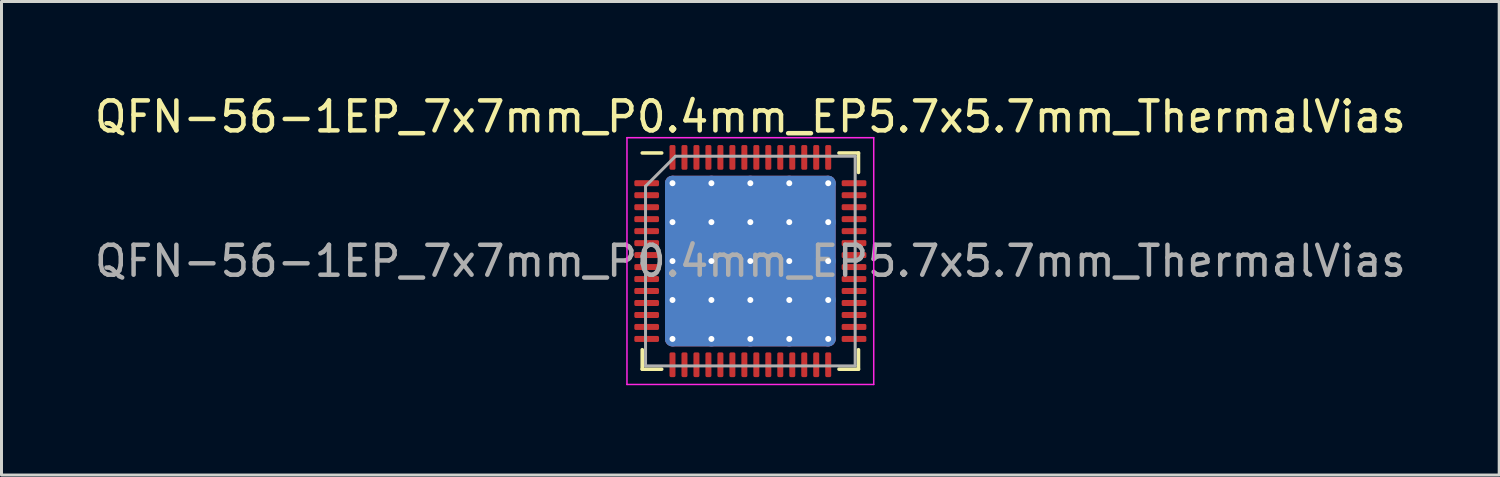
<source format=kicad_pcb>
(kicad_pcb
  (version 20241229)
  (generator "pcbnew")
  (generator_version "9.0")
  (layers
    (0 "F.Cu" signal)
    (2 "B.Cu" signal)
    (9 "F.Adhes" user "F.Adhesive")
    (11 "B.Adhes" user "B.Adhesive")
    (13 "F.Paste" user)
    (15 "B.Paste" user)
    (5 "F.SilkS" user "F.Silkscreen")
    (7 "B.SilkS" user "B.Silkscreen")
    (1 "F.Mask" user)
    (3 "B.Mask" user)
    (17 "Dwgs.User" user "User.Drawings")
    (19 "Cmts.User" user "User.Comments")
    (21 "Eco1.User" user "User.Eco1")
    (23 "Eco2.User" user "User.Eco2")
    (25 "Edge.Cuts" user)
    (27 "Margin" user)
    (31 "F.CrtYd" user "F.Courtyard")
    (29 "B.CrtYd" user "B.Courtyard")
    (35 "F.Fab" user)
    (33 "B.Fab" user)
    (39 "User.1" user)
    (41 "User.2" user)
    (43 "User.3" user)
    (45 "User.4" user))
  (footprint "QFN-56-1EP_7x7mm_P0.4mm_EP5.7x5.7mm_ThermalVias"
    (layer "F.Cu")
    (at 22.006 5.668)
    (property "Reference" "QFN-56-1EP_7x7mm_P0.4mm_EP5.7x5.7mm_ThermalVias" (at 0 -4.82 0) (layer "F.SilkS") (effects (font (size 1 1) (thickness 0.15))))
    (attr smd)
    (fp_line (start -3.61 3.61) (end -3.61 2.96) (stroke (width 0.12) (type solid)) (layer "F.SilkS"))
    (fp_line (start -2.96 -3.61) (end -3.61 -3.61) (stroke (width 0.12) (type solid)) (layer "F.SilkS"))
    (fp_line (start -2.96 3.61) (end -3.61 3.61) (stroke (width 0.12) (type solid)) (layer "F.SilkS"))
    (fp_line (start 2.96 -3.61) (end 3.61 -3.61) (stroke (width 0.12) (type solid)) (layer "F.SilkS"))
    (fp_line (start 2.96 3.61) (end 3.61 3.61) (stroke (width 0.12) (type solid)) (layer "F.SilkS"))
    (fp_line (start 3.61 -3.61) (end 3.61 -2.96) (stroke (width 0.12) (type solid)) (layer "F.SilkS"))
    (fp_line (start 3.61 3.61) (end 3.61 2.96) (stroke (width 0.12) (type solid)) (layer "F.SilkS"))
    (fp_line (start -4.12 -4.12) (end -4.12 4.12) (stroke (width 0.05) (type solid)) (layer "F.CrtYd"))
    (fp_line (start -4.12 4.12) (end 4.12 4.12) (stroke (width 0.05) (type solid)) (layer "F.CrtYd"))
    (fp_line (start 4.12 -4.12) (end -4.12 -4.12) (stroke (width 0.05) (type solid)) (layer "F.CrtYd"))
    (fp_line (start 4.12 4.12) (end 4.12 -4.12) (stroke (width 0.05) (type solid)) (layer "F.CrtYd"))
    (fp_line (start -3.5 -2.5) (end -2.5 -3.5) (stroke (width 0.1) (type solid)) (layer "F.Fab"))
    (fp_line (start -3.5 3.5) (end -3.5 -2.5) (stroke (width 0.1) (type solid)) (layer "F.Fab"))
    (fp_line (start -2.5 -3.5) (end 3.5 -3.5) (stroke (width 0.1) (type solid)) (layer "F.Fab"))
    (fp_line (start 3.5 -3.5) (end 3.5 3.5) (stroke (width 0.1) (type solid)) (layer "F.Fab"))
    (fp_line (start 3.5 3.5) (end -3.5 3.5) (stroke (width 0.1) (type solid)) (layer "F.Fab"))
    (fp_text user "${REFERENCE}" (at 0 0 0) (layer "F.Fab") (effects (font (size 1 1) (thickness 0.15))))
    (pad "" smd roundrect (at -1.95 -1.95) (size 1.104 1.104) (layers "F.Paste") (roundrect_rratio 0.226))
    (pad "" smd roundrect (at -1.95 -0.65) (size 1.104 1.104) (layers "F.Paste") (roundrect_rratio 0.226))
    (pad "" smd roundrect (at -1.95 0.65) (size 1.104 1.104) (layers "F.Paste") (roundrect_rratio 0.226))
    (pad "" smd roundrect (at -1.95 1.95) (size 1.104 1.104) (layers "F.Paste") (roundrect_rratio 0.226))
    (pad "" smd roundrect (at -0.65 -1.95) (size 1.104 1.104) (layers "F.Paste") (roundrect_rratio 0.226))
    (pad "" smd roundrect (at -0.65 -0.65) (size 1.104 1.104) (layers "F.Paste") (roundrect_rratio 0.226))
    (pad "" smd roundrect (at -0.65 0.65) (size 1.104 1.104) (layers "F.Paste") (roundrect_rratio 0.226))
    (pad "" smd roundrect (at -0.65 1.95) (size 1.104 1.104) (layers "F.Paste") (roundrect_rratio 0.226))
    (pad "" smd roundrect (at 0.65 -1.95) (size 1.104 1.104) (layers "F.Paste") (roundrect_rratio 0.226))
    (pad "" smd roundrect (at 0.65 -0.65) (size 1.104 1.104) (layers "F.Paste") (roundrect_rratio 0.226))
    (pad "" smd roundrect (at 0.65 0.65) (size 1.104 1.104) (layers "F.Paste") (roundrect_rratio 0.226))
    (pad "" smd roundrect (at 0.65 1.95) (size 1.104 1.104) (layers "F.Paste") (roundrect_rratio 0.226))
    (pad "" smd roundrect (at 1.95 -1.95) (size 1.104 1.104) (layers "F.Paste") (roundrect_rratio 0.226))
    (pad "" smd roundrect (at 1.95 -0.65) (size 1.104 1.104) (layers "F.Paste") (roundrect_rratio 0.226))
    (pad "" smd roundrect (at 1.95 0.65) (size 1.104 1.104) (layers "F.Paste") (roundrect_rratio 0.226))
    (pad "" smd roundrect (at 1.95 1.95) (size 1.104 1.104) (layers "F.Paste") (roundrect_rratio 0.226))
    (pad "1" smd roundrect (at -3.462 -2.6) (size 0.825 0.2) (layers "F.Cu" "F.Mask" "F.Paste") (roundrect_rratio 0.25))
    (pad "2" smd roundrect (at -3.462 -2.2) (size 0.825 0.2) (layers "F.Cu" "F.Mask" "F.Paste") (roundrect_rratio 0.25))
    (pad "3" smd roundrect (at -3.462 -1.8) (size 0.825 0.2) (layers "F.Cu" "F.Mask" "F.Paste") (roundrect_rratio 0.25))
    (pad "4" smd roundrect (at -3.462 -1.4) (size 0.825 0.2) (layers "F.Cu" "F.Mask" "F.Paste") (roundrect_rratio 0.25))
    (pad "5" smd roundrect (at -3.462 -1) (size 0.825 0.2) (layers "F.Cu" "F.Mask" "F.Paste") (roundrect_rratio 0.25))
    (pad "6" smd roundrect (at -3.462 -0.6) (size 0.825 0.2) (layers "F.Cu" "F.Mask" "F.Paste") (roundrect_rratio 0.25))
    (pad "7" smd roundrect (at -3.462 -0.2) (size 0.825 0.2) (layers "F.Cu" "F.Mask" "F.Paste") (roundrect_rratio 0.25))
    (pad "8" smd roundrect (at -3.462 0.2) (size 0.825 0.2) (layers "F.Cu" "F.Mask" "F.Paste") (roundrect_rratio 0.25))
    (pad "9" smd roundrect (at -3.462 0.6) (size 0.825 0.2) (layers "F.Cu" "F.Mask" "F.Paste") (roundrect_rratio 0.25))
    (pad "10" smd roundrect (at -3.462 1) (size 0.825 0.2) (layers "F.Cu" "F.Mask" "F.Paste") (roundrect_rratio 0.25))
    (pad "11" smd roundrect (at -3.462 1.4) (size 0.825 0.2) (layers "F.Cu" "F.Mask" "F.Paste") (roundrect_rratio 0.25))
    (pad "12" smd roundrect (at -3.462 1.8) (size 0.825 0.2) (layers "F.Cu" "F.Mask" "F.Paste") (roundrect_rratio 0.25))
    (pad "13" smd roundrect (at -3.462 2.2) (size 0.825 0.2) (layers "F.Cu" "F.Mask" "F.Paste") (roundrect_rratio 0.25))
    (pad "14" smd roundrect (at -3.462 2.6) (size 0.825 0.2) (layers "F.Cu" "F.Mask" "F.Paste") (roundrect_rratio 0.25))
    (pad "15" smd roundrect (at -2.6 3.462) (size 0.2 0.825) (layers "F.Cu" "F.Mask" "F.Paste") (roundrect_rratio 0.25))
    (pad "16" smd roundrect (at -2.2 3.462) (size 0.2 0.825) (layers "F.Cu" "F.Mask" "F.Paste") (roundrect_rratio 0.25))
    (pad "17" smd roundrect (at -1.8 3.462) (size 0.2 0.825) (layers "F.Cu" "F.Mask" "F.Paste") (roundrect_rratio 0.25))
    (pad "18" smd roundrect (at -1.4 3.462) (size 0.2 0.825) (layers "F.Cu" "F.Mask" "F.Paste") (roundrect_rratio 0.25))
    (pad "19" smd roundrect (at -1 3.462) (size 0.2 0.825) (layers "F.Cu" "F.Mask" "F.Paste") (roundrect_rratio 0.25))
    (pad "20" smd roundrect (at -0.6 3.462) (size 0.2 0.825) (layers "F.Cu" "F.Mask" "F.Paste") (roundrect_rratio 0.25))
    (pad "21" smd roundrect (at -0.2 3.462) (size 0.2 0.825) (layers "F.Cu" "F.Mask" "F.Paste") (roundrect_rratio 0.25))
    (pad "22" smd roundrect (at 0.2 3.462) (size 0.2 0.825) (layers "F.Cu" "F.Mask" "F.Paste") (roundrect_rratio 0.25))
    (pad "23" smd roundrect (at 0.6 3.462) (size 0.2 0.825) (layers "F.Cu" "F.Mask" "F.Paste") (roundrect_rratio 0.25))
    (pad "24" smd roundrect (at 1 3.462) (size 0.2 0.825) (layers "F.Cu" "F.Mask" "F.Paste") (roundrect_rratio 0.25))
    (pad "25" smd roundrect (at 1.4 3.462) (size 0.2 0.825) (layers "F.Cu" "F.Mask" "F.Paste") (roundrect_rratio 0.25))
    (pad "26" smd roundrect (at 1.8 3.462) (size 0.2 0.825) (layers "F.Cu" "F.Mask" "F.Paste") (roundrect_rratio 0.25))
    (pad "27" smd roundrect (at 2.2 3.462) (size 0.2 0.825) (layers "F.Cu" "F.Mask" "F.Paste") (roundrect_rratio 0.25))
    (pad "28" smd roundrect (at 2.6 3.462) (size 0.2 0.825) (layers "F.Cu" "F.Mask" "F.Paste") (roundrect_rratio 0.25))
    (pad "29" smd roundrect (at 3.462 2.6) (size 0.825 0.2) (layers "F.Cu" "F.Mask" "F.Paste") (roundrect_rratio 0.25))
    (pad "30" smd roundrect (at 3.462 2.2) (size 0.825 0.2) (layers "F.Cu" "F.Mask" "F.Paste") (roundrect_rratio 0.25))
    (pad "31" smd roundrect (at 3.462 1.8) (size 0.825 0.2) (layers "F.Cu" "F.Mask" "F.Paste") (roundrect_rratio 0.25))
    (pad "32" smd roundrect (at 3.462 1.4) (size 0.825 0.2) (layers "F.Cu" "F.Mask" "F.Paste") (roundrect_rratio 0.25))
    (pad "33" smd roundrect (at 3.462 1) (size 0.825 0.2) (layers "F.Cu" "F.Mask" "F.Paste") (roundrect_rratio 0.25))
    (pad "34" smd roundrect (at 3.462 0.6) (size 0.825 0.2) (layers "F.Cu" "F.Mask" "F.Paste") (roundrect_rratio 0.25))
    (pad "35" smd roundrect (at 3.462 0.2) (size 0.825 0.2) (layers "F.Cu" "F.Mask" "F.Paste") (roundrect_rratio 0.25))
    (pad "36" smd roundrect (at 3.462 -0.2) (size 0.825 0.2) (layers "F.Cu" "F.Mask" "F.Paste") (roundrect_rratio 0.25))
    (pad "37" smd roundrect (at 3.462 -0.6) (size 0.825 0.2) (layers "F.Cu" "F.Mask" "F.Paste") (roundrect_rratio 0.25))
    (pad "38" smd roundrect (at 3.462 -1) (size 0.825 0.2) (layers "F.Cu" "F.Mask" "F.Paste") (roundrect_rratio 0.25))
    (pad "39" smd roundrect (at 3.462 -1.4) (size 0.825 0.2) (layers "F.Cu" "F.Mask" "F.Paste") (roundrect_rratio 0.25))
    (pad "40" smd roundrect (at 3.462 -1.8) (size 0.825 0.2) (layers "F.Cu" "F.Mask" "F.Paste") (roundrect_rratio 0.25))
    (pad "41" smd roundrect (at 3.462 -2.2) (size 0.825 0.2) (layers "F.Cu" "F.Mask" "F.Paste") (roundrect_rratio 0.25))
    (pad "42" smd roundrect (at 3.462 -2.6) (size 0.825 0.2) (layers "F.Cu" "F.Mask" "F.Paste") (roundrect_rratio 0.25))
    (pad "43" smd roundrect (at 2.6 -3.462) (size 0.2 0.825) (layers "F.Cu" "F.Mask" "F.Paste") (roundrect_rratio 0.25))
    (pad "44" smd roundrect (at 2.2 -3.462) (size 0.2 0.825) (layers "F.Cu" "F.Mask" "F.Paste") (roundrect_rratio 0.25))
    (pad "45" smd roundrect (at 1.8 -3.462) (size 0.2 0.825) (layers "F.Cu" "F.Mask" "F.Paste") (roundrect_rratio 0.25))
    (pad "46" smd roundrect (at 1.4 -3.462) (size 0.2 0.825) (layers "F.Cu" "F.Mask" "F.Paste") (roundrect_rratio 0.25))
    (pad "47" smd roundrect (at 1 -3.462) (size 0.2 0.825) (layers "F.Cu" "F.Mask" "F.Paste") (roundrect_rratio 0.25))
    (pad "48" smd roundrect (at 0.6 -3.462) (size 0.2 0.825) (layers "F.Cu" "F.Mask" "F.Paste") (roundrect_rratio 0.25))
    (pad "49" smd roundrect (at 0.2 -3.462) (size 0.2 0.825) (layers "F.Cu" "F.Mask" "F.Paste") (roundrect_rratio 0.25))
    (pad "50" smd roundrect (at -0.2 -3.462) (size 0.2 0.825) (layers "F.Cu" "F.Mask" "F.Paste") (roundrect_rratio 0.25))
    (pad "51" smd roundrect (at -0.6 -3.462) (size 0.2 0.825) (layers "F.Cu" "F.Mask" "F.Paste") (roundrect_rratio 0.25))
    (pad "52" smd roundrect (at -1 -3.462) (size 0.2 0.825) (layers "F.Cu" "F.Mask" "F.Paste") (roundrect_rratio 0.25))
    (pad "53" smd roundrect (at -1.4 -3.462) (size 0.2 0.825) (layers "F.Cu" "F.Mask" "F.Paste") (roundrect_rratio 0.25))
    (pad "54" smd roundrect (at -1.8 -3.462) (size 0.2 0.825) (layers "F.Cu" "F.Mask" "F.Paste") (roundrect_rratio 0.25))
    (pad "55" smd roundrect (at -2.2 -3.462) (size 0.2 0.825) (layers "F.Cu" "F.Mask" "F.Paste") (roundrect_rratio 0.25))
    (pad "56" smd roundrect (at -2.6 -3.462) (size 0.2 0.825) (layers "F.Cu" "F.Mask" "F.Paste") (roundrect_rratio 0.25))
    (pad "57" thru_hole circle (at -2.6 -2.6) (size 0.5 0.5) (drill 0.2) (layers "*.Cu"))
    (pad "57" thru_hole circle (at -2.6 -1.3) (size 0.5 0.5) (drill 0.2) (layers "*.Cu"))
    (pad "57" thru_hole circle (at -2.6 0) (size 0.5 0.5) (drill 0.2) (layers "*.Cu"))
    (pad "57" thru_hole circle (at -2.6 1.3) (size 0.5 0.5) (drill 0.2) (layers "*.Cu"))
    (pad "57" thru_hole circle (at -2.6 2.6) (size 0.5 0.5) (drill 0.2) (layers "*.Cu"))
    (pad "57" thru_hole circle (at -1.3 -2.6) (size 0.5 0.5) (drill 0.2) (layers "*.Cu"))
    (pad "57" thru_hole circle (at -1.3 -1.3) (size 0.5 0.5) (drill 0.2) (layers "*.Cu"))
    (pad "57" thru_hole circle (at -1.3 0) (size 0.5 0.5) (drill 0.2) (layers "*.Cu"))
    (pad "57" thru_hole circle (at -1.3 1.3) (size 0.5 0.5) (drill 0.2) (layers "*.Cu"))
    (pad "57" thru_hole circle (at -1.3 2.6) (size 0.5 0.5) (drill 0.2) (layers "*.Cu"))
    (pad "57" thru_hole circle (at 0 -2.6) (size 0.5 0.5) (drill 0.2) (layers "*.Cu"))
    (pad "57" thru_hole circle (at 0 -1.3) (size 0.5 0.5) (drill 0.2) (layers "*.Cu"))
    (pad "57" thru_hole circle (at 0 0) (size 0.5 0.5) (drill 0.2) (layers "*.Cu"))
    (pad "57" smd roundrect (at 0 0) (size 5.7 5.7) (layers "F.Cu" "F.Mask") (roundrect_rratio 0.044))
    (pad "57" smd roundrect (at 0 0) (size 5.7 5.7) (layers "B.Cu") (roundrect_rratio 0.044))
    (pad "57" thru_hole circle (at 0 1.3) (size 0.5 0.5) (drill 0.2) (layers "*.Cu"))
    (pad "57" thru_hole circle (at 0 2.6) (size 0.5 0.5) (drill 0.2) (layers "*.Cu"))
    (pad "57" thru_hole circle (at 1.3 -2.6) (size 0.5 0.5) (drill 0.2) (layers "*.Cu"))
    (pad "57" thru_hole circle (at 1.3 -1.3) (size 0.5 0.5) (drill 0.2) (layers "*.Cu"))
    (pad "57" thru_hole circle (at 1.3 0) (size 0.5 0.5) (drill 0.2) (layers "*.Cu"))
    (pad "57" thru_hole circle (at 1.3 1.3) (size 0.5 0.5) (drill 0.2) (layers "*.Cu"))
    (pad "57" thru_hole circle (at 1.3 2.6) (size 0.5 0.5) (drill 0.2) (layers "*.Cu"))
    (pad "57" thru_hole circle (at 2.6 -2.6) (size 0.5 0.5) (drill 0.2) (layers "*.Cu"))
    (pad "57" thru_hole circle (at 2.6 -1.3) (size 0.5 0.5) (drill 0.2) (layers "*.Cu"))
    (pad "57" thru_hole circle (at 2.6 0) (size 0.5 0.5) (drill 0.2) (layers "*.Cu"))
    (pad "57" thru_hole circle (at 2.6 1.3) (size 0.5 0.5) (drill 0.2) (layers "*.Cu"))
    (pad "57" thru_hole circle (at 2.6 2.6) (size 0.5 0.5) (drill 0.2) (layers "*.Cu")))
  (gr_rect
    (start -3 -3)
    (end 47.012 12.813)
    (stroke (width 0.1) (type default))
    (fill no)
    (layer "Edge.Cuts")))
</source>
